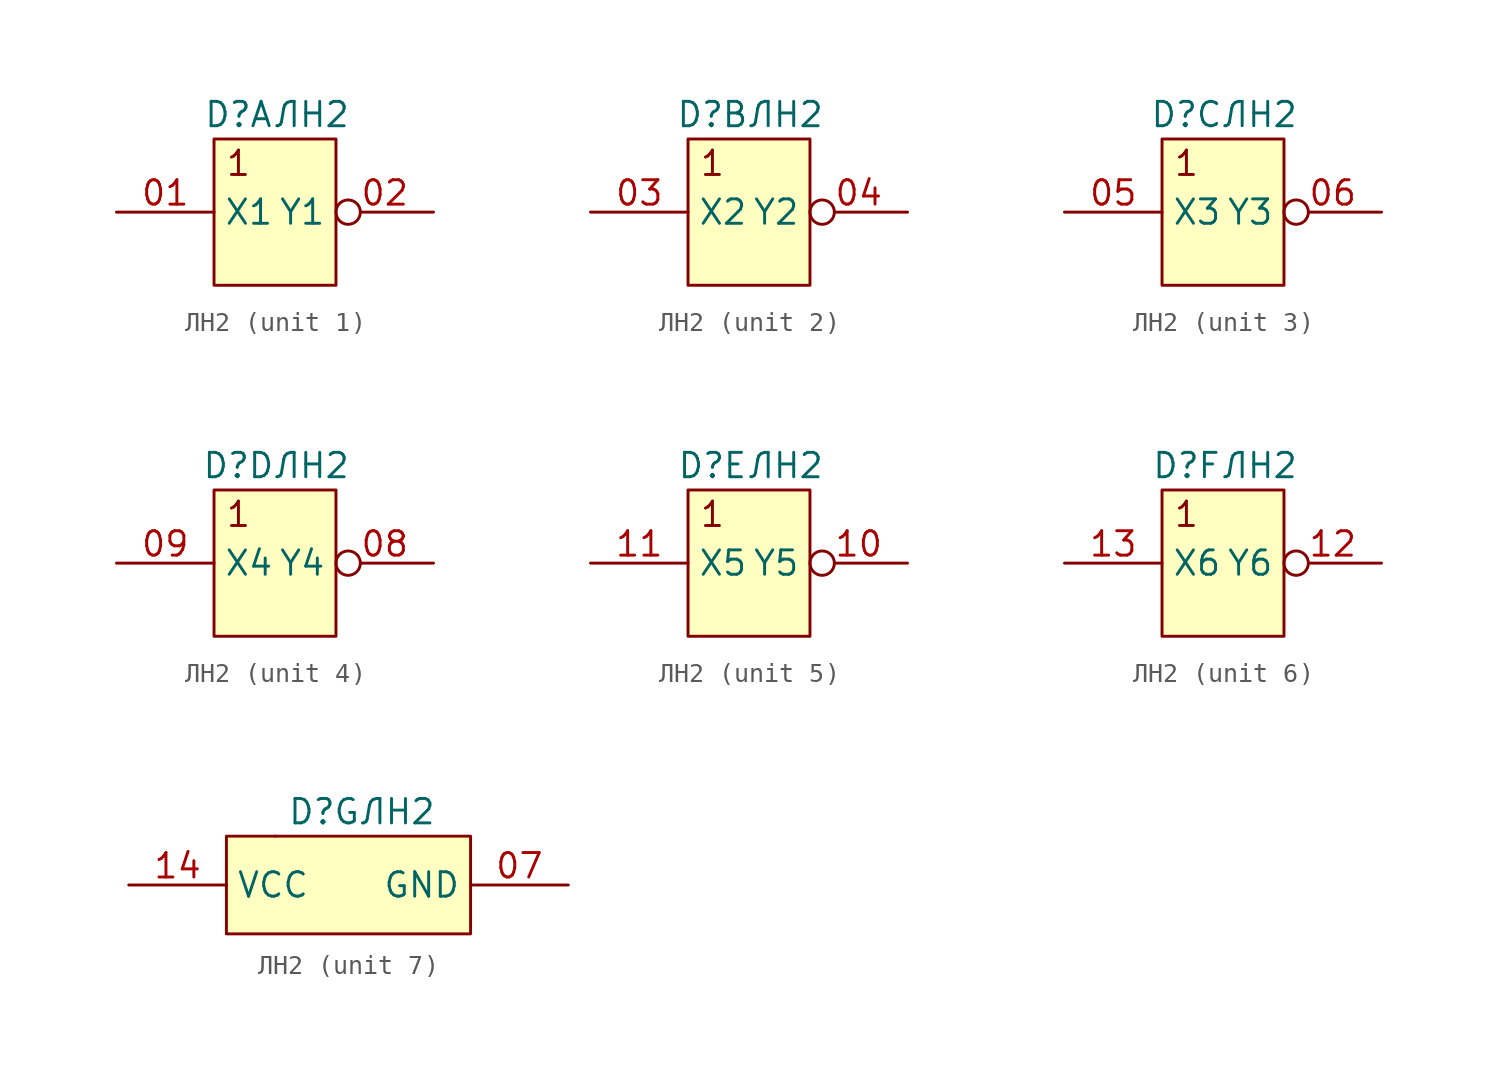
<source format=kicad_sym>
(kicad_symbol_lib
  (version 20231120)
  (generator "kicad_symbol_editor")
  (generator_version "8.0")
  (symbol "ЛН2"
    (property "Reference" "D"
      (at -1.27 -2.54 0)
      (effects (font (size 1.27 1.27))))
    (property "Value" "ЛН2"
      (at 2.54 -2.54 0)
      (effects (font (size 1.27 1.27))))
    (property "ki_locked" ""
      (at 0 0 0)
      (effects (font (size 1.27 1.27))))
    (symbol "ЛН2_1_0"
      (rectangle (start -2.54 -3.81) (end 3.81 -11.43) (stroke (width 0) (type default)) (fill (type background))))
    (symbol "ЛН2_1_1"
      (text "1" (at -1.27 -5.08 0) (effects (font (size 1.27 1.27))))
      (pin input line (at -7.62 -7.62 0) (length 5.08) (name "X1" (effects (font (size 1.27 1.27)))) (number "01" (effects (font (size 1.27 1.27)))))
      (pin open_collector inverted (at 8.89 -7.62 180) (length 5.08) (name "Y1" (effects (font (size 1.27 1.27)))) (number "02" (effects (font (size 1.27 1.27))))))
    (symbol "ЛН2_2_0"
      (rectangle (start -2.54 -3.81) (end 3.81 -11.43) (stroke (width 0) (type default)) (fill (type background))))
    (symbol "ЛН2_2_1"
      (text "1" (at -1.27 -5.08 0) (effects (font (size 1.27 1.27))))
      (pin input line (at -7.62 -7.62 0) (length 5.08) (name "X2" (effects (font (size 1.27 1.27)))) (number "03" (effects (font (size 1.27 1.27)))))
      (pin open_collector inverted (at 8.89 -7.62 180) (length 5.08) (name "Y2" (effects (font (size 1.27 1.27)))) (number "04" (effects (font (size 1.27 1.27))))))
    (symbol "ЛН2_3_0"
      (rectangle (start -2.54 -3.81) (end 3.81 -11.43) (stroke (width 0) (type default)) (fill (type background))))
    (symbol "ЛН2_3_1"
      (text "1" (at -1.27 -5.08 0) (effects (font (size 1.27 1.27))))
      (pin input line (at -7.62 -7.62 0) (length 5.08) (name "X3" (effects (font (size 1.27 1.27)))) (number "05" (effects (font (size 1.27 1.27)))))
      (pin open_collector inverted (at 8.89 -7.62 180) (length 5.08) (name "Y3" (effects (font (size 1.27 1.27)))) (number "06" (effects (font (size 1.27 1.27))))))
    (symbol "ЛН2_4_0"
      (rectangle (start -2.54 -3.81) (end 3.81 -11.43) (stroke (width 0) (type default)) (fill (type background))))
    (symbol "ЛН2_4_1"
      (text "1" (at -1.27 -5.08 0) (effects (font (size 1.27 1.27))))
      (pin open_collector inverted (at 8.89 -7.62 180) (length 5.08) (name "Y4" (effects (font (size 1.27 1.27)))) (number "08" (effects (font (size 1.27 1.27)))))
      (pin input line (at -7.62 -7.62 0) (length 5.08) (name "X4" (effects (font (size 1.27 1.27)))) (number "09" (effects (font (size 1.27 1.27))))))
    (symbol "ЛН2_5_0"
      (rectangle (start -2.54 -3.81) (end 3.81 -11.43) (stroke (width 0) (type default)) (fill (type background))))
    (symbol "ЛН2_5_1"
      (text "1" (at -1.27 -5.08 0) (effects (font (size 1.27 1.27))))
      (pin open_collector inverted (at 8.89 -7.62 180) (length 5.08) (name "Y5" (effects (font (size 1.27 1.27)))) (number "10" (effects (font (size 1.27 1.27)))))
      (pin input line (at -7.62 -7.62 0) (length 5.08) (name "X5" (effects (font (size 1.27 1.27)))) (number "11" (effects (font (size 1.27 1.27))))))
    (symbol "ЛН2_6_0"
      (rectangle (start -2.54 -3.81) (end 3.81 -11.43) (stroke (width 0) (type default)) (fill (type background))))
    (symbol "ЛН2_6_1"
      (text "1" (at -1.27 -5.08 0) (effects (font (size 1.27 1.27))))
      (pin open_collector inverted (at 8.89 -7.62 180) (length 5.08) (name "Y6" (effects (font (size 1.27 1.27)))) (number "12" (effects (font (size 1.27 1.27)))))
      (pin input line (at -7.62 -7.62 0) (length 5.08) (name "X6" (effects (font (size 1.27 1.27)))) (number "13" (effects (font (size 1.27 1.27))))))
    (symbol "ЛН2_7_1"
      (rectangle (start -6.35 -3.81) (end 6.35 -8.89) (stroke (width 0) (type default)) (fill (type background)))
      (rectangle (start -3.81 -3.81) (end -3.81 -3.81) (stroke (width 0) (type default)) (fill (type none)))
      (pin power_in line (at 11.43 -6.35 180) (length 5.08) (name "GND" (effects (font (size 1.27 1.27)))) (number "07" (effects (font (size 1.27 1.27)))))
      (pin power_in line (at -11.43 -6.35 0) (length 5.08) (name "VCC" (effects (font (size 1.27 1.27)))) (number "14" (effects (font (size 1.27 1.27))))))))
</source>
